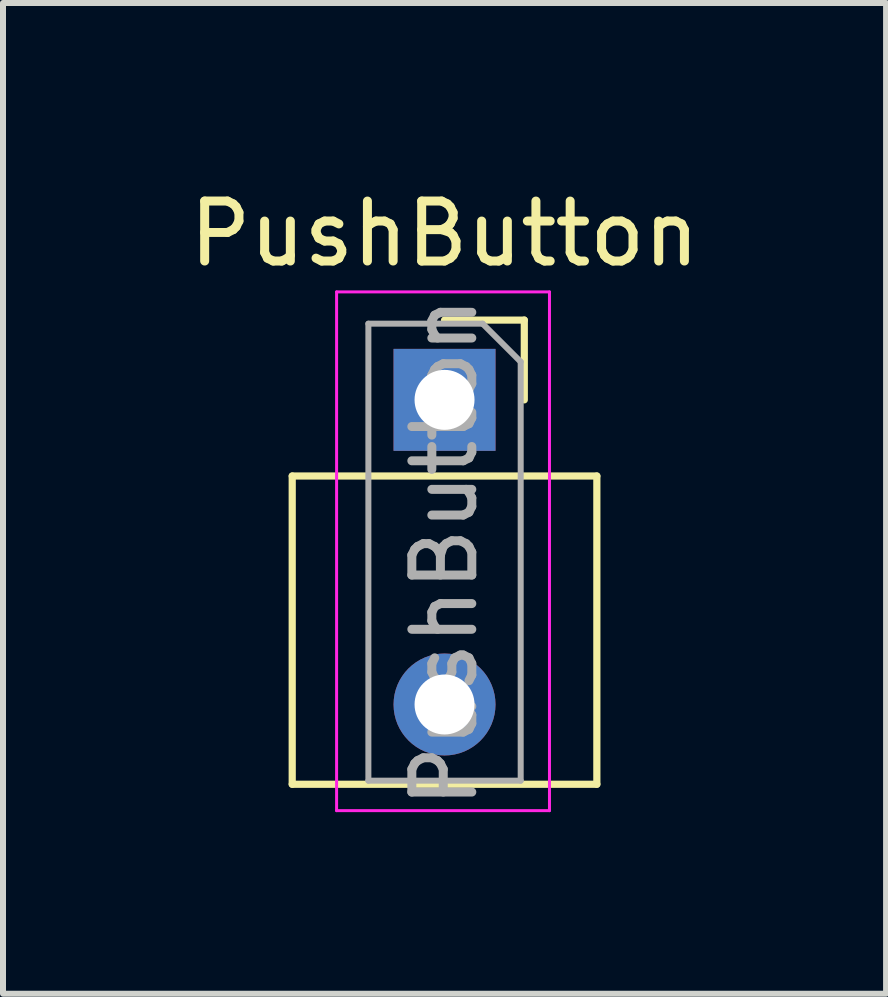
<source format=kicad_pcb>
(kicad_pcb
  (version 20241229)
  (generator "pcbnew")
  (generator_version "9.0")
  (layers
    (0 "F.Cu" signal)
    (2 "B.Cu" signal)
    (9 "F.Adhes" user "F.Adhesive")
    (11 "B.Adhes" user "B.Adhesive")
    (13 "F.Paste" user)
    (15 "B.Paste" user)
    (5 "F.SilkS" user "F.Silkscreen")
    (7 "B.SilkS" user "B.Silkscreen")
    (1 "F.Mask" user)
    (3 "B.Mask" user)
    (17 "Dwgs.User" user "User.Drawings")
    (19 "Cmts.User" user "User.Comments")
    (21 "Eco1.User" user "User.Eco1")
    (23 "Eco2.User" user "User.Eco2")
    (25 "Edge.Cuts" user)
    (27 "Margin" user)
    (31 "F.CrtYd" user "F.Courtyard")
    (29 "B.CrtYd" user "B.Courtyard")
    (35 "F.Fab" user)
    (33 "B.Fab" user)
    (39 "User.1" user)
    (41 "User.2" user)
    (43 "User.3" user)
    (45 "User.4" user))
  (footprint "PushButton"
    (layer "F.Cu")
    (at 4.363 3.618)
    (property "Reference" "PushButton" (at 0 -2.77 0) (layer "F.SilkS") (effects (font (size 1 1) (thickness 0.15))))
    (attr through_hole)
    (fp_line (start -2.54 1.27) (end -2.54 6.41) (stroke (width 0.12) (type solid)) (layer "F.SilkS"))
    (fp_line (start -2.54 1.27) (end 2.54 1.27) (stroke (width 0.12) (type solid)) (layer "F.SilkS"))
    (fp_line (start -2.54 6.41) (end 2.54 6.41) (stroke (width 0.12) (type solid)) (layer "F.SilkS"))
    (fp_line (start 0 -1.33) (end 1.33 -1.33) (stroke (width 0.12) (type solid)) (layer "F.SilkS"))
    (fp_line (start 1.33 -1.33) (end 1.33 0) (stroke (width 0.12) (type solid)) (layer "F.SilkS"))
    (fp_line (start 2.54 1.27) (end 2.54 6.41) (stroke (width 0.12) (type solid)) (layer "F.SilkS"))
    (fp_line (start -1.8 -1.8) (end 1.75 -1.8) (stroke (width 0.05) (type solid)) (layer "F.CrtYd"))
    (fp_line (start -1.8 6.85) (end -1.8 -1.8) (stroke (width 0.05) (type solid)) (layer "F.CrtYd"))
    (fp_line (start 1.75 -1.8) (end 1.75 6.85) (stroke (width 0.05) (type solid)) (layer "F.CrtYd"))
    (fp_line (start 1.75 6.85) (end -1.8 6.85) (stroke (width 0.05) (type solid)) (layer "F.CrtYd"))
    (fp_line (start -1.27 -1.27) (end 0.635 -1.27) (stroke (width 0.1) (type solid)) (layer "F.Fab"))
    (fp_line (start -1.27 6.35) (end -1.27 -1.27) (stroke (width 0.1) (type solid)) (layer "F.Fab"))
    (fp_line (start 0.635 -1.27) (end 1.27 -0.635) (stroke (width 0.1) (type solid)) (layer "F.Fab"))
    (fp_line (start 1.27 -0.635) (end 1.27 6.35) (stroke (width 0.1) (type solid)) (layer "F.Fab"))
    (fp_line (start 1.27 6.35) (end -1.27 6.35) (stroke (width 0.1) (type solid)) (layer "F.Fab"))
    (fp_text user "${REFERENCE}" (at 0 2.54 90) (layer "F.Fab") (effects (font (size 1 1) (thickness 0.15))))
    (pad "1" thru_hole rect (at 0 0) (size 1.7 1.7) (drill 1) (layers "*.Cu" "*.Mask"))
    (pad "2" thru_hole oval (at 0 5.08) (size 1.7 1.7) (drill 1) (layers "*.Cu" "*.Mask")))
  (gr_rect
    (start -3 -3)
    (end 11.726 13.521)
    (stroke (width 0.1) (type default))
    (fill no)
    (layer "Edge.Cuts")))
</source>
